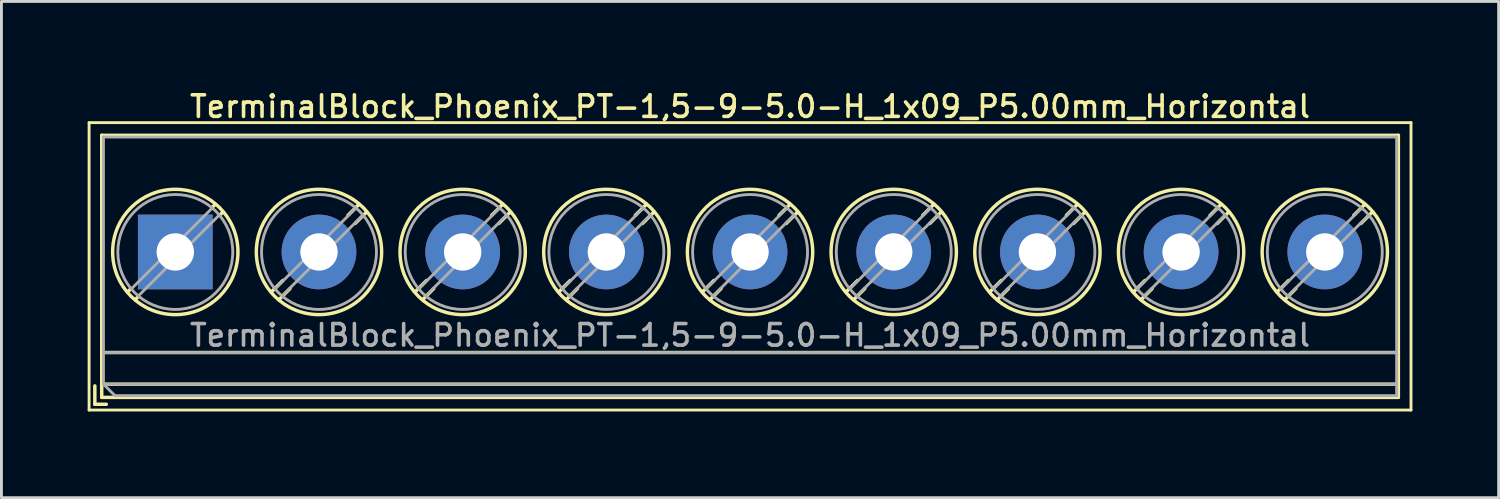
<source format=kicad_pcb>
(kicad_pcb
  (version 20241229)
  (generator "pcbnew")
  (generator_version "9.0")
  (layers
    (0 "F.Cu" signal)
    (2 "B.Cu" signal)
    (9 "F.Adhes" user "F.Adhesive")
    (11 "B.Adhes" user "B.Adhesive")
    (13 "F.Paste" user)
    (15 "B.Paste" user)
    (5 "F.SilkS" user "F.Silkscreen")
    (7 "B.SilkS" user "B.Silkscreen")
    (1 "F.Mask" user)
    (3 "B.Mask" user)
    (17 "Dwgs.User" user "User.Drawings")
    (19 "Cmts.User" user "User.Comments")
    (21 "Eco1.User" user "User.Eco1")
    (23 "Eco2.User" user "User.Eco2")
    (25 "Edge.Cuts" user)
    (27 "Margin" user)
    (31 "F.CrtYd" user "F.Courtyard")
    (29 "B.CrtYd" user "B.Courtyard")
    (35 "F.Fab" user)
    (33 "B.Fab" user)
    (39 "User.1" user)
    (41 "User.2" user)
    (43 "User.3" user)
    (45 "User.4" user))
  (footprint "TerminalBlock_Phoenix_PT-1,5-9-5.0-H_1x09_P5.00mm_Horizontal"
    (layer "F.Cu")
    (at 3.05 5.718)
    (property "Reference" "TerminalBlock_Phoenix_PT-1,5-9-5.0-H_1x09_P5.00mm_Horizontal" (at 20 -5.06 0) (layer "F.SilkS") (effects (font (size 0.75 0.75) (thickness 0.125))))
    (attr through_hole)
    (fp_line (start -3 -4.5) (end -3 5.5) (stroke (width 0.1) (type solid)) (layer "F.SilkS"))
    (fp_line (start -3 5.5) (end 43 5.5) (stroke (width 0.1) (type solid)) (layer "F.SilkS"))
    (fp_line (start -2.8 4.66) (end -2.8 5.3) (stroke (width 0.12) (type solid)) (layer "F.SilkS"))
    (fp_line (start -2.8 5.3) (end -2.4 5.3) (stroke (width 0.12) (type solid)) (layer "F.SilkS"))
    (fp_line (start -2.56 -4.06) (end -2.56 5.06) (stroke (width 0.12) (type solid)) (layer "F.SilkS"))
    (fp_line (start -2.56 -4.06) (end 42.56 -4.06) (stroke (width 0.12) (type solid)) (layer "F.SilkS"))
    (fp_line (start -2.56 3.5) (end 42.56 3.5) (stroke (width 0.12) (type solid)) (layer "F.SilkS"))
    (fp_line (start -2.56 4.6) (end 42.56 4.6) (stroke (width 0.12) (type solid)) (layer "F.SilkS"))
    (fp_line (start -2.56 5.06) (end 42.56 5.06) (stroke (width 0.12) (type solid)) (layer "F.SilkS"))
    (fp_line (start -1.548 1.281) (end -1.654 1.388) (stroke (width 0.12) (type solid)) (layer "F.SilkS"))
    (fp_line (start -1.282 1.547) (end -1.388 1.654) (stroke (width 0.12) (type solid)) (layer "F.SilkS"))
    (fp_line (start 1.388 -1.654) (end 1.281 -1.547) (stroke (width 0.12) (type solid)) (layer "F.SilkS"))
    (fp_line (start 1.654 -1.388) (end 1.547 -1.281) (stroke (width 0.12) (type solid)) (layer "F.SilkS"))
    (fp_line (start 3.742 0.992) (end 3.347 1.388) (stroke (width 0.12) (type solid)) (layer "F.SilkS"))
    (fp_line (start 3.993 1.274) (end 3.613 1.654) (stroke (width 0.12) (type solid)) (layer "F.SilkS"))
    (fp_line (start 6.388 -1.654) (end 6.008 -1.274) (stroke (width 0.12) (type solid)) (layer "F.SilkS"))
    (fp_line (start 6.654 -1.388) (end 6.259 -0.992) (stroke (width 0.12) (type solid)) (layer "F.SilkS"))
    (fp_line (start 8.742 0.992) (end 8.347 1.388) (stroke (width 0.12) (type solid)) (layer "F.SilkS"))
    (fp_line (start 8.993 1.274) (end 8.613 1.654) (stroke (width 0.12) (type solid)) (layer "F.SilkS"))
    (fp_line (start 11.388 -1.654) (end 11.008 -1.274) (stroke (width 0.12) (type solid)) (layer "F.SilkS"))
    (fp_line (start 11.654 -1.388) (end 11.259 -0.992) (stroke (width 0.12) (type solid)) (layer "F.SilkS"))
    (fp_line (start 13.742 0.992) (end 13.347 1.388) (stroke (width 0.12) (type solid)) (layer "F.SilkS"))
    (fp_line (start 13.993 1.274) (end 13.613 1.654) (stroke (width 0.12) (type solid)) (layer "F.SilkS"))
    (fp_line (start 16.388 -1.654) (end 16.008 -1.274) (stroke (width 0.12) (type solid)) (layer "F.SilkS"))
    (fp_line (start 16.654 -1.388) (end 16.259 -0.992) (stroke (width 0.12) (type solid)) (layer "F.SilkS"))
    (fp_line (start 18.742 0.992) (end 18.347 1.388) (stroke (width 0.12) (type solid)) (layer "F.SilkS"))
    (fp_line (start 18.993 1.274) (end 18.613 1.654) (stroke (width 0.12) (type solid)) (layer "F.SilkS"))
    (fp_line (start 21.388 -1.654) (end 21.008 -1.274) (stroke (width 0.12) (type solid)) (layer "F.SilkS"))
    (fp_line (start 21.654 -1.388) (end 21.259 -0.992) (stroke (width 0.12) (type solid)) (layer "F.SilkS"))
    (fp_line (start 23.742 0.992) (end 23.347 1.388) (stroke (width 0.12) (type solid)) (layer "F.SilkS"))
    (fp_line (start 23.993 1.274) (end 23.613 1.654) (stroke (width 0.12) (type solid)) (layer "F.SilkS"))
    (fp_line (start 26.388 -1.654) (end 26.008 -1.274) (stroke (width 0.12) (type solid)) (layer "F.SilkS"))
    (fp_line (start 26.654 -1.388) (end 26.259 -0.992) (stroke (width 0.12) (type solid)) (layer "F.SilkS"))
    (fp_line (start 28.742 0.992) (end 28.347 1.388) (stroke (width 0.12) (type solid)) (layer "F.SilkS"))
    (fp_line (start 28.993 1.274) (end 28.613 1.654) (stroke (width 0.12) (type solid)) (layer "F.SilkS"))
    (fp_line (start 31.388 -1.654) (end 31.008 -1.274) (stroke (width 0.12) (type solid)) (layer "F.SilkS"))
    (fp_line (start 31.654 -1.388) (end 31.259 -0.992) (stroke (width 0.12) (type solid)) (layer "F.SilkS"))
    (fp_line (start 33.742 0.992) (end 33.347 1.388) (stroke (width 0.12) (type solid)) (layer "F.SilkS"))
    (fp_line (start 33.993 1.274) (end 33.613 1.654) (stroke (width 0.12) (type solid)) (layer "F.SilkS"))
    (fp_line (start 36.388 -1.654) (end 36.008 -1.274) (stroke (width 0.12) (type solid)) (layer "F.SilkS"))
    (fp_line (start 36.654 -1.388) (end 36.259 -0.992) (stroke (width 0.12) (type solid)) (layer "F.SilkS"))
    (fp_line (start 38.742 0.992) (end 38.347 1.388) (stroke (width 0.12) (type solid)) (layer "F.SilkS"))
    (fp_line (start 38.993 1.274) (end 38.613 1.654) (stroke (width 0.12) (type solid)) (layer "F.SilkS"))
    (fp_line (start 41.388 -1.654) (end 41.008 -1.274) (stroke (width 0.12) (type solid)) (layer "F.SilkS"))
    (fp_line (start 41.654 -1.388) (end 41.259 -0.992) (stroke (width 0.12) (type solid)) (layer "F.SilkS"))
    (fp_line (start 42.56 -4.06) (end 42.56 5.06) (stroke (width 0.12) (type solid)) (layer "F.SilkS"))
    (fp_line (start 43 -4.5) (end -3 -4.5) (stroke (width 0.1) (type solid)) (layer "F.SilkS"))
    (fp_line (start 43 5.5) (end 43 -4.5) (stroke (width 0.1) (type solid)) (layer "F.SilkS"))
    (fp_circle (center 0 0) (end 2.18 0) (stroke (width 0.12) (type solid)) (fill no) (layer "F.SilkS"))
    (fp_circle (center 5 0) (end 7.18 0) (stroke (width 0.12) (type solid)) (fill no) (layer "F.SilkS"))
    (fp_circle (center 10 0) (end 12.18 0) (stroke (width 0.12) (type solid)) (fill no) (layer "F.SilkS"))
    (fp_circle (center 15 0) (end 17.18 0) (stroke (width 0.12) (type solid)) (fill no) (layer "F.SilkS"))
    (fp_circle (center 20 0) (end 22.18 0) (stroke (width 0.12) (type solid)) (fill no) (layer "F.SilkS"))
    (fp_circle (center 25 0) (end 27.18 0) (stroke (width 0.12) (type solid)) (fill no) (layer "F.SilkS"))
    (fp_circle (center 30 0) (end 32.18 0) (stroke (width 0.12) (type solid)) (fill no) (layer "F.SilkS"))
    (fp_circle (center 35 0) (end 37.18 0) (stroke (width 0.12) (type solid)) (fill no) (layer "F.SilkS"))
    (fp_circle (center 40 0) (end 42.18 0) (stroke (width 0.12) (type solid)) (fill no) (layer "F.SilkS"))
    (fp_line (start -2.5 -4) (end 42.5 -4) (stroke (width 0.1) (type solid)) (layer "F.Fab"))
    (fp_line (start -2.5 3.5) (end 42.5 3.5) (stroke (width 0.1) (type solid)) (layer "F.Fab"))
    (fp_line (start -2.5 4.6) (end -2.5 -4) (stroke (width 0.1) (type solid)) (layer "F.Fab"))
    (fp_line (start -2.5 4.6) (end 42.5 4.6) (stroke (width 0.1) (type solid)) (layer "F.Fab"))
    (fp_line (start -2.1 5) (end -2.5 4.6) (stroke (width 0.1) (type solid)) (layer "F.Fab"))
    (fp_line (start 1.273 -1.517) (end -1.517 1.273) (stroke (width 0.1) (type solid)) (layer "F.Fab"))
    (fp_line (start 1.517 -1.273) (end -1.273 1.517) (stroke (width 0.1) (type solid)) (layer "F.Fab"))
    (fp_line (start 6.273 -1.517) (end 3.484 1.273) (stroke (width 0.1) (type solid)) (layer "F.Fab"))
    (fp_line (start 6.517 -1.273) (end 3.728 1.517) (stroke (width 0.1) (type solid)) (layer "F.Fab"))
    (fp_line (start 11.273 -1.517) (end 8.484 1.273) (stroke (width 0.1) (type solid)) (layer "F.Fab"))
    (fp_line (start 11.517 -1.273) (end 8.728 1.517) (stroke (width 0.1) (type solid)) (layer "F.Fab"))
    (fp_line (start 16.273 -1.517) (end 13.484 1.273) (stroke (width 0.1) (type solid)) (layer "F.Fab"))
    (fp_line (start 16.517 -1.273) (end 13.728 1.517) (stroke (width 0.1) (type solid)) (layer "F.Fab"))
    (fp_line (start 21.273 -1.517) (end 18.484 1.273) (stroke (width 0.1) (type solid)) (layer "F.Fab"))
    (fp_line (start 21.517 -1.273) (end 18.728 1.517) (stroke (width 0.1) (type solid)) (layer "F.Fab"))
    (fp_line (start 26.273 -1.517) (end 23.484 1.273) (stroke (width 0.1) (type solid)) (layer "F.Fab"))
    (fp_line (start 26.517 -1.273) (end 23.728 1.517) (stroke (width 0.1) (type solid)) (layer "F.Fab"))
    (fp_line (start 31.273 -1.517) (end 28.484 1.273) (stroke (width 0.1) (type solid)) (layer "F.Fab"))
    (fp_line (start 31.517 -1.273) (end 28.728 1.517) (stroke (width 0.1) (type solid)) (layer "F.Fab"))
    (fp_line (start 36.273 -1.517) (end 33.484 1.273) (stroke (width 0.1) (type solid)) (layer "F.Fab"))
    (fp_line (start 36.517 -1.273) (end 33.728 1.517) (stroke (width 0.1) (type solid)) (layer "F.Fab"))
    (fp_line (start 41.273 -1.517) (end 38.484 1.273) (stroke (width 0.1) (type solid)) (layer "F.Fab"))
    (fp_line (start 41.517 -1.273) (end 38.728 1.517) (stroke (width 0.1) (type solid)) (layer "F.Fab"))
    (fp_line (start 42.5 -4) (end 42.5 5) (stroke (width 0.1) (type solid)) (layer "F.Fab"))
    (fp_line (start 42.5 5) (end -2.1 5) (stroke (width 0.1) (type solid)) (layer "F.Fab"))
    (fp_circle (center 0 0) (end 2 0) (stroke (width 0.1) (type solid)) (fill no) (layer "F.Fab"))
    (fp_circle (center 5 0) (end 7 0) (stroke (width 0.1) (type solid)) (fill no) (layer "F.Fab"))
    (fp_circle (center 10 0) (end 12 0) (stroke (width 0.1) (type solid)) (fill no) (layer "F.Fab"))
    (fp_circle (center 15 0) (end 17 0) (stroke (width 0.1) (type solid)) (fill no) (layer "F.Fab"))
    (fp_circle (center 20 0) (end 22 0) (stroke (width 0.1) (type solid)) (fill no) (layer "F.Fab"))
    (fp_circle (center 25 0) (end 27 0) (stroke (width 0.1) (type solid)) (fill no) (layer "F.Fab"))
    (fp_circle (center 30 0) (end 32 0) (stroke (width 0.1) (type solid)) (fill no) (layer "F.Fab"))
    (fp_circle (center 35 0) (end 37 0) (stroke (width 0.1) (type solid)) (fill no) (layer "F.Fab"))
    (fp_circle (center 40 0) (end 42 0) (stroke (width 0.1) (type solid)) (fill no) (layer "F.Fab"))
    (fp_text user "${REFERENCE}" (at 20 2.9 0) (layer "F.Fab") (effects (font (size 0.75 0.75) (thickness 0.125))))
    (pad "1" thru_hole rect (at 0 0) (size 2.6 2.6) (drill 1.3) (layers "*.Cu" "*.Mask"))
    (pad "2" thru_hole circle (at 5 0) (size 2.6 2.6) (drill 1.3) (layers "*.Cu" "*.Mask"))
    (pad "3" thru_hole circle (at 10 0) (size 2.6 2.6) (drill 1.3) (layers "*.Cu" "*.Mask"))
    (pad "4" thru_hole circle (at 15 0) (size 2.6 2.6) (drill 1.3) (layers "*.Cu" "*.Mask"))
    (pad "5" thru_hole circle (at 20 0) (size 2.6 2.6) (drill 1.3) (layers "*.Cu" "*.Mask"))
    (pad "6" thru_hole circle (at 25 0) (size 2.6 2.6) (drill 1.3) (layers "*.Cu" "*.Mask"))
    (pad "7" thru_hole circle (at 30 0) (size 2.6 2.6) (drill 1.3) (layers "*.Cu" "*.Mask"))
    (pad "8" thru_hole circle (at 35 0) (size 2.6 2.6) (drill 1.3) (layers "*.Cu" "*.Mask"))
    (pad "9" thru_hole circle (at 40 0) (size 2.6 2.6) (drill 1.3) (layers "*.Cu" "*.Mask")))
  (gr_rect
    (start -3 -3)
    (end 49.1 14.268)
    (stroke (width 0.1) (type default))
    (fill no)
    (layer "Edge.Cuts")))
</source>
